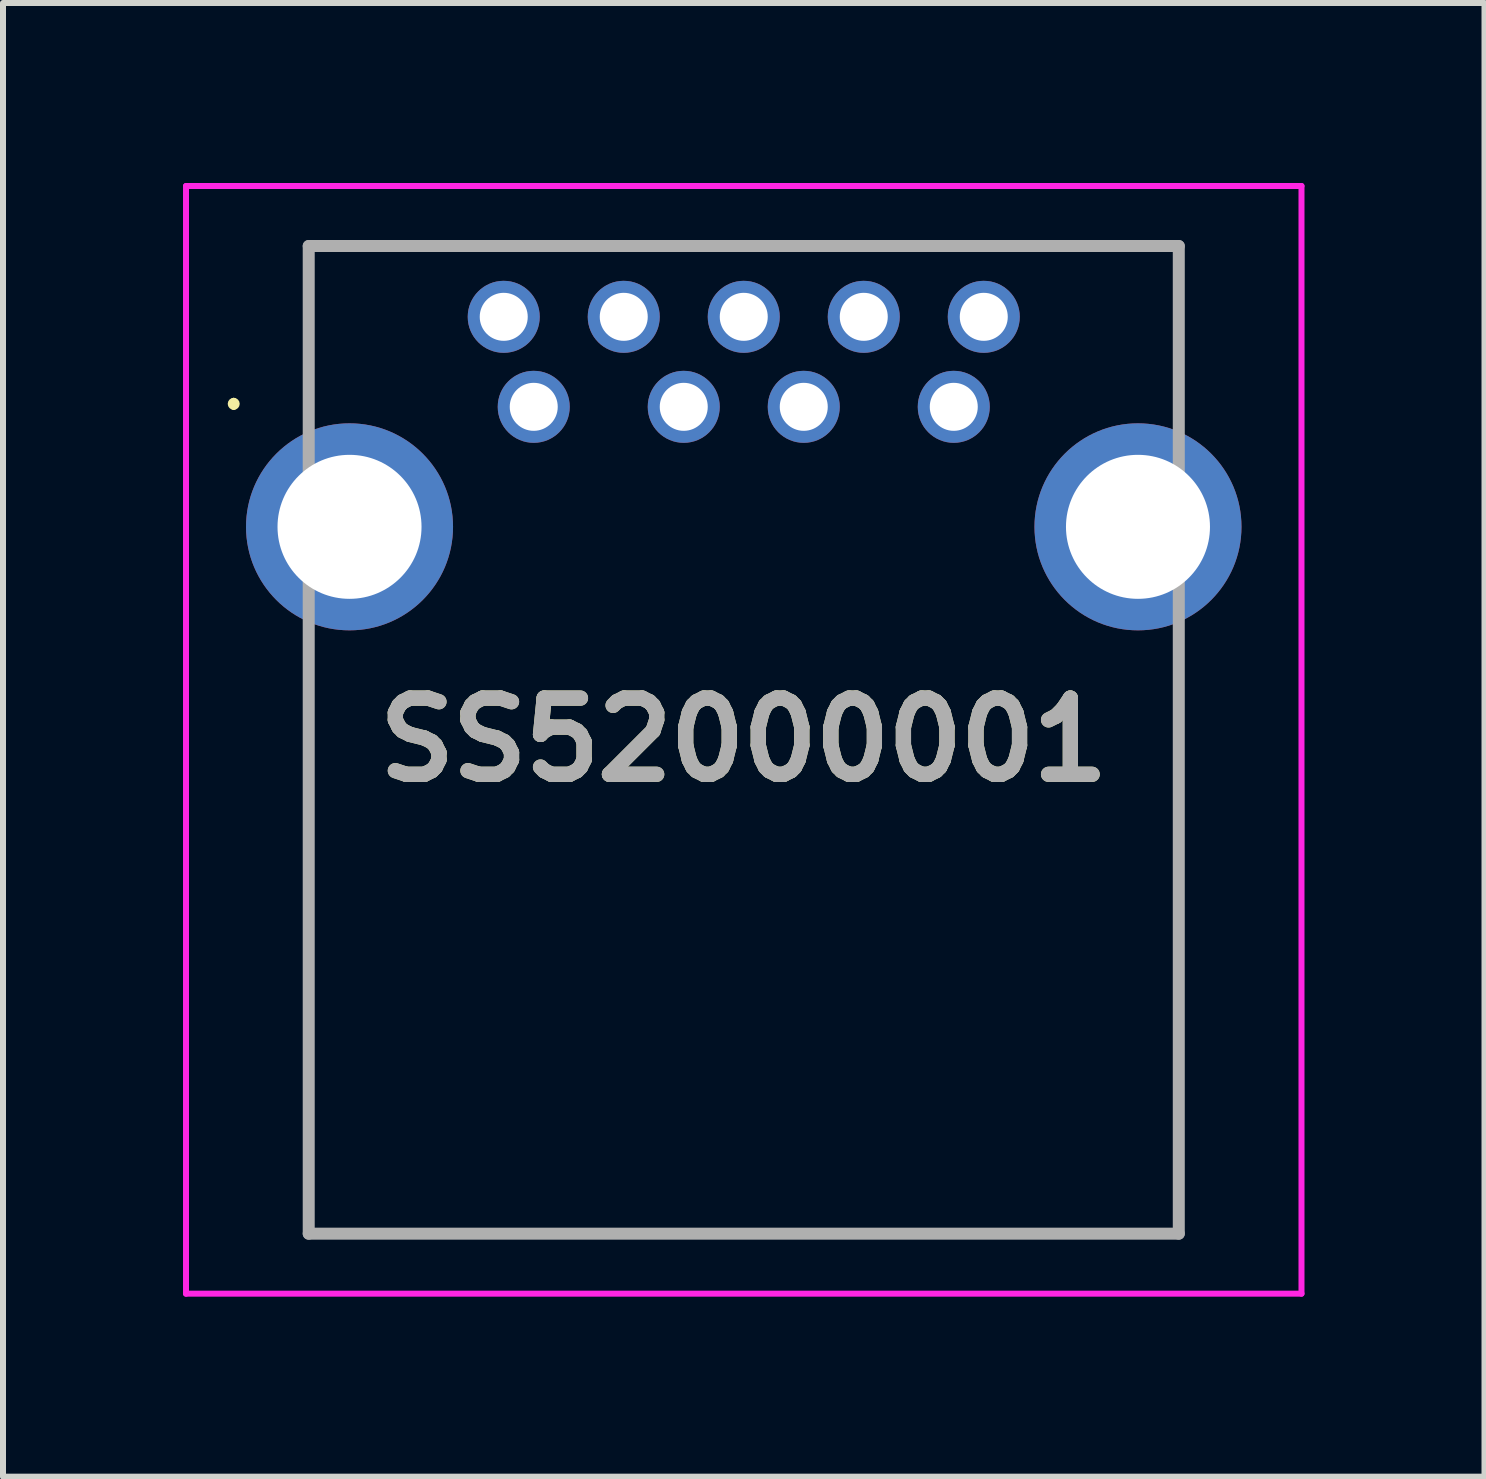
<source format=kicad_pcb>
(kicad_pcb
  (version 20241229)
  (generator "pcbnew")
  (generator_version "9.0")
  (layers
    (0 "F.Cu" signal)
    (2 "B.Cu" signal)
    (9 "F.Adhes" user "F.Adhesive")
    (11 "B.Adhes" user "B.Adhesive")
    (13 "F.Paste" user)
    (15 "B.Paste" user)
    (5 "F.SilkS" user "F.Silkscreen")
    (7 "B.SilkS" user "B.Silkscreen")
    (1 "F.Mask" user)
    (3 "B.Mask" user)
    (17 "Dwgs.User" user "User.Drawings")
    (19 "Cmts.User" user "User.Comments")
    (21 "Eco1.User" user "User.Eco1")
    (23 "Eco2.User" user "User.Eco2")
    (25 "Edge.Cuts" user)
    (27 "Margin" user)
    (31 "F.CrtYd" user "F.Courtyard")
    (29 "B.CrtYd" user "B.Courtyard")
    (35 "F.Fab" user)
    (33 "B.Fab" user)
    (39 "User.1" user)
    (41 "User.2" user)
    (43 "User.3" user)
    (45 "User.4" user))
  (footprint "SS52000001"
    (layer "F.Cu")
    (at 5.845 3.73)
    (property "Reference" "SS52000001" (at 3.5 5.55 0) (layer "F.SilkS") (effects (font (size 1.27 1.27) (thickness 0.254))))
    (attr through_hole)
    (fp_line (start -5 -0.1) (end -5 -0.1) (stroke (width 0.1) (type solid)) (layer "F.SilkS"))
    (fp_line (start -5 0) (end -5 0) (stroke (width 0.1) (type solid)) (layer "F.SilkS"))
    (fp_line (start -3.75 -2.68) (end 10.75 -2.68) (stroke (width 0.1) (type solid)) (layer "F.SilkS"))
    (fp_line (start -3.75 0) (end -3.75 -2.68) (stroke (width 0.1) (type solid)) (layer "F.SilkS"))
    (fp_line (start -3.75 4) (end -3.75 13.78) (stroke (width 0.1) (type solid)) (layer "F.SilkS"))
    (fp_line (start -3.75 13.78) (end 10.75 13.78) (stroke (width 0.1) (type solid)) (layer "F.SilkS"))
    (fp_line (start 10.75 -2.68) (end 10.75 0) (stroke (width 0.1) (type solid)) (layer "F.SilkS"))
    (fp_line (start 10.75 13.78) (end 10.75 4) (stroke (width 0.1) (type solid)) (layer "F.SilkS"))
    (fp_arc (start -5 -0.1) (mid -4.95 -0.05) (end -5 0) (stroke (width 0.1) (type solid)) (layer "F.SilkS"))
    (fp_arc (start -5 0) (mid -5.05 -0.05) (end -5 -0.1) (stroke (width 0.1) (type solid)) (layer "F.SilkS"))
    (fp_line (start -5.795 -3.68) (end 12.795 -3.68) (stroke (width 0.1) (type solid)) (layer "F.CrtYd"))
    (fp_line (start -5.795 14.78) (end -5.795 -3.68) (stroke (width 0.1) (type solid)) (layer "F.CrtYd"))
    (fp_line (start 12.795 -3.68) (end 12.795 14.78) (stroke (width 0.1) (type solid)) (layer "F.CrtYd"))
    (fp_line (start 12.795 14.78) (end -5.795 14.78) (stroke (width 0.1) (type solid)) (layer "F.CrtYd"))
    (fp_line (start -3.75 -2.68) (end 10.75 -2.68) (stroke (width 0.2) (type solid)) (layer "F.Fab"))
    (fp_line (start -3.75 13.78) (end -3.75 -2.68) (stroke (width 0.2) (type solid)) (layer "F.Fab"))
    (fp_line (start 10.75 -2.68) (end 10.75 13.78) (stroke (width 0.2) (type solid)) (layer "F.Fab"))
    (fp_line (start 10.75 13.78) (end -3.75 13.78) (stroke (width 0.2) (type solid)) (layer "F.Fab"))
    (fp_text user "${REFERENCE}" (at 3.5 5.55 0) (layer "F.Fab") (effects (font (size 1.27 1.27) (thickness 0.254))))
    (pad "1" thru_hole circle (at 0 0) (size 1.2 1.2) (drill 0.8) (layers "*.Cu" "*.Mask"))
    (pad "2" thru_hole circle (at 2.5 0) (size 1.2 1.2) (drill 0.8) (layers "*.Cu" "*.Mask"))
    (pad "3" thru_hole circle (at 4.5 0) (size 1.2 1.2) (drill 0.8) (layers "*.Cu" "*.Mask"))
    (pad "4" thru_hole circle (at 7 0) (size 1.2 1.2) (drill 0.8) (layers "*.Cu" "*.Mask"))
    (pad "5" thru_hole circle (at 7.5 -1.5) (size 1.2 1.2) (drill 0.8) (layers "*.Cu" "*.Mask"))
    (pad "6" thru_hole circle (at 5.5 -1.5) (size 1.2 1.2) (drill 0.8) (layers "*.Cu" "*.Mask"))
    (pad "7" thru_hole circle (at 3.5 -1.5) (size 1.2 1.2) (drill 0.8) (layers "*.Cu" "*.Mask"))
    (pad "8" thru_hole circle (at 1.5 -1.5) (size 1.2 1.2) (drill 0.8) (layers "*.Cu" "*.Mask"))
    (pad "9" thru_hole circle (at -0.5 -1.5) (size 1.2 1.2) (drill 0.8) (layers "*.Cu" "*.Mask"))
    (pad "MH1" thru_hole circle (at -3.07 2) (size 3.45 3.45) (drill 2.4) (layers "*.Cu" "*.Mask"))
    (pad "MH2" thru_hole circle (at 10.07 2) (size 3.45 3.45) (drill 2.4) (layers "*.Cu" "*.Mask")))
  (gr_rect
    (start -3 -3)
    (end 21.69 21.56)
    (stroke (width 0.1) (type default))
    (fill no)
    (layer "Edge.Cuts")))
</source>
